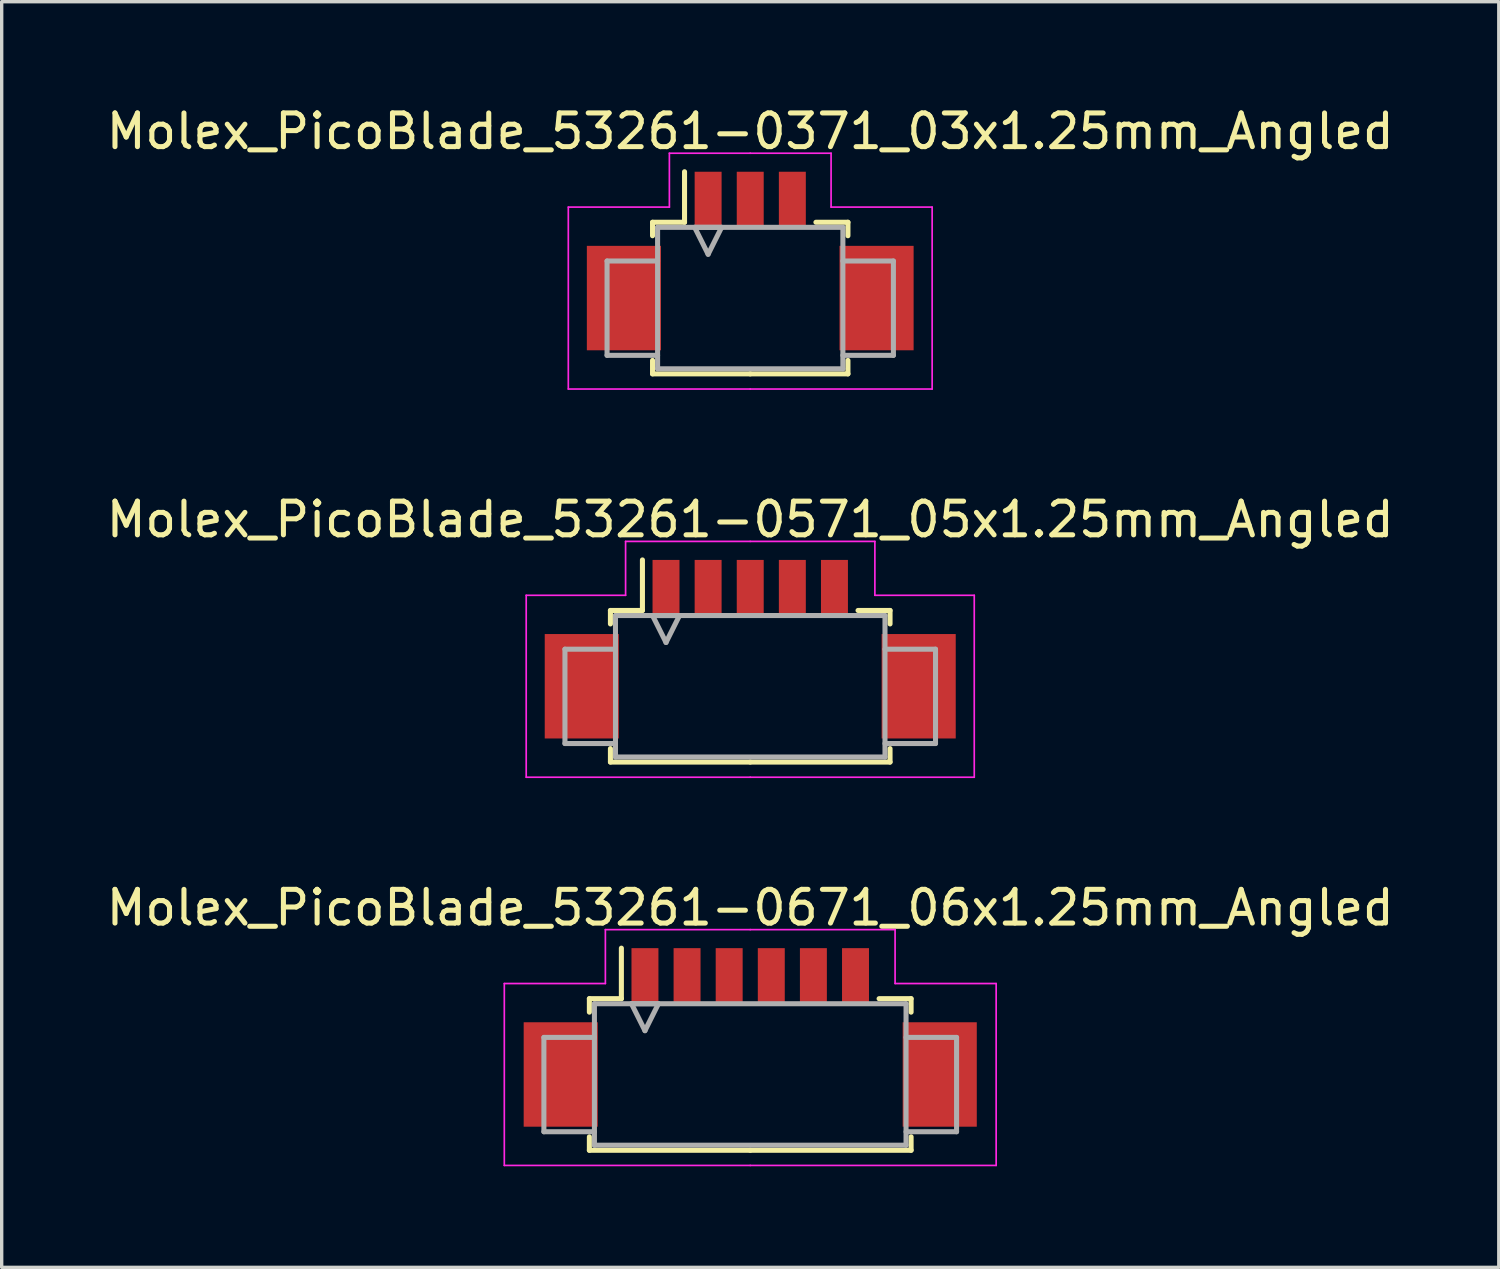
<source format=kicad_pcb>
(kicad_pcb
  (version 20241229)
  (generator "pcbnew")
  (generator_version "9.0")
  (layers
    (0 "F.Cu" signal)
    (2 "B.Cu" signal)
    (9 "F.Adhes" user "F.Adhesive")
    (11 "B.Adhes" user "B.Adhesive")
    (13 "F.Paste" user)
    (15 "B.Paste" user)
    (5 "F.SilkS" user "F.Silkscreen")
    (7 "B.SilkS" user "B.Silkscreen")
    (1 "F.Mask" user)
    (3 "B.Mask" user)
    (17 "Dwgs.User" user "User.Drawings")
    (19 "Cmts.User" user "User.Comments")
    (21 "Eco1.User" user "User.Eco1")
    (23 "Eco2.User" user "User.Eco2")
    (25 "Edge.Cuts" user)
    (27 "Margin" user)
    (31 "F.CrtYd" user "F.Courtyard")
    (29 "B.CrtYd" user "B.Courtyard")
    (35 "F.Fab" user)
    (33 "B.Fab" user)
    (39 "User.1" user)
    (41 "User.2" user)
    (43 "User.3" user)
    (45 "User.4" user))
  (footprint "Molex_PicoBlade_53261-0671_06x1.25mm_Angled"
    (layer "F.Cu")
    (at 19.22 27.395)
    (property "Reference" "Molex_PicoBlade_53261-0671_06x1.25mm_Angled" (at 0 -3.5 0) (layer "F.SilkS") (effects (font (size 1 1) (thickness 0.15))))
    (attr smd)
    (fp_line (start -4.775 -0.8) (end -4.775 -0.4) (stroke (width 0.15) (type solid)) (layer "F.SilkS"))
    (fp_line (start -4.775 3.3) (end -4.775 3.7) (stroke (width 0.15) (type solid)) (layer "F.SilkS"))
    (fp_line (start -4.775 3.7) (end 0 3.7) (stroke (width 0.15) (type solid)) (layer "F.SilkS"))
    (fp_line (start -3.825 -0.8) (end -4.775 -0.8) (stroke (width 0.15) (type solid)) (layer "F.SilkS"))
    (fp_line (start -3.825 -0.8) (end -3.825 -2.3) (stroke (width 0.15) (type solid)) (layer "F.SilkS"))
    (fp_line (start 3.825 -0.8) (end 4.775 -0.8) (stroke (width 0.15) (type solid)) (layer "F.SilkS"))
    (fp_line (start 4.775 -0.8) (end 4.775 -0.4) (stroke (width 0.15) (type solid)) (layer "F.SilkS"))
    (fp_line (start 4.775 3.3) (end 4.775 3.7) (stroke (width 0.15) (type solid)) (layer "F.SilkS"))
    (fp_line (start 4.775 3.7) (end 0 3.7) (stroke (width 0.15) (type solid)) (layer "F.SilkS"))
    (fp_line (start -7.3 -1.25) (end -7.3 4.15) (stroke (width 0.05) (type solid)) (layer "F.CrtYd"))
    (fp_line (start -7.3 4.15) (end 0 4.15) (stroke (width 0.05) (type solid)) (layer "F.CrtYd"))
    (fp_line (start -4.3 -2.85) (end -4.3 -1.25) (stroke (width 0.05) (type solid)) (layer "F.CrtYd"))
    (fp_line (start -4.3 -1.25) (end -7.3 -1.25) (stroke (width 0.05) (type solid)) (layer "F.CrtYd"))
    (fp_line (start 0 -2.85) (end -4.3 -2.85) (stroke (width 0.05) (type solid)) (layer "F.CrtYd"))
    (fp_line (start 0 -2.85) (end 4.3 -2.85) (stroke (width 0.05) (type solid)) (layer "F.CrtYd"))
    (fp_line (start 4.3 -2.85) (end 4.3 -1.25) (stroke (width 0.05) (type solid)) (layer "F.CrtYd"))
    (fp_line (start 4.3 -1.25) (end 7.3 -1.25) (stroke (width 0.05) (type solid)) (layer "F.CrtYd"))
    (fp_line (start 7.3 -1.25) (end 7.3 4.15) (stroke (width 0.05) (type solid)) (layer "F.CrtYd"))
    (fp_line (start 7.3 4.15) (end 0 4.15) (stroke (width 0.05) (type solid)) (layer "F.CrtYd"))
    (fp_line (start -6.125 0.35) (end -6.125 3.15) (stroke (width 0.15) (type solid)) (layer "F.Fab"))
    (fp_line (start -6.125 3.15) (end -4.625 3.15) (stroke (width 0.15) (type solid)) (layer "F.Fab"))
    (fp_line (start -4.625 -0.65) (end 4.625 -0.65) (stroke (width 0.15) (type solid)) (layer "F.Fab"))
    (fp_line (start -4.625 0.35) (end -6.125 0.35) (stroke (width 0.15) (type solid)) (layer "F.Fab"))
    (fp_line (start -4.625 3.55) (end -4.625 -0.65) (stroke (width 0.15) (type solid)) (layer "F.Fab"))
    (fp_line (start -3.525 -0.65) (end -3.125 0.15) (stroke (width 0.15) (type solid)) (layer "F.Fab"))
    (fp_line (start -3.125 0.15) (end -2.725 -0.65) (stroke (width 0.15) (type solid)) (layer "F.Fab"))
    (fp_line (start -2.725 -0.65) (end -3.525 -0.65) (stroke (width 0.15) (type solid)) (layer "F.Fab"))
    (fp_line (start 4.625 -0.65) (end 4.625 3.55) (stroke (width 0.15) (type solid)) (layer "F.Fab"))
    (fp_line (start 4.625 0.35) (end 6.125 0.35) (stroke (width 0.15) (type solid)) (layer "F.Fab"))
    (fp_line (start 4.625 3.55) (end -4.625 3.55) (stroke (width 0.15) (type solid)) (layer "F.Fab"))
    (fp_line (start 6.125 0.35) (end 6.125 3.15) (stroke (width 0.15) (type solid)) (layer "F.Fab"))
    (fp_line (start 6.125 3.15) (end 4.625 3.15) (stroke (width 0.15) (type solid)) (layer "F.Fab"))
    (pad "" smd rect (at -5.625 1.45) (size 2.2 3.1) (layers "F.Cu" "F.Mask" "F.Paste"))
    (pad "" smd rect (at 5.625 1.45) (size 2.2 3.1) (layers "F.Cu" "F.Mask" "F.Paste"))
    (pad "1" smd rect (at -3.125 -1.45) (size 0.8 1.7) (layers "F.Cu" "F.Mask" "F.Paste"))
    (pad "2" smd rect (at -1.875 -1.45) (size 0.8 1.7) (layers "F.Cu" "F.Mask" "F.Paste"))
    (pad "3" smd rect (at -0.625 -1.45) (size 0.8 1.7) (layers "F.Cu" "F.Mask" "F.Paste"))
    (pad "4" smd rect (at 0.625 -1.45) (size 0.8 1.7) (layers "F.Cu" "F.Mask" "F.Paste"))
    (pad "5" smd rect (at 1.875 -1.45) (size 0.8 1.7) (layers "F.Cu" "F.Mask" "F.Paste"))
    (pad "6" smd rect (at 3.125 -1.45) (size 0.8 1.7) (layers "F.Cu" "F.Mask" "F.Paste")))
  (footprint "Molex_PicoBlade_53261-0571_05x1.25mm_Angled"
    (layer "F.Cu")
    (at 19.22 15.871)
    (property "Reference" "Molex_PicoBlade_53261-0571_05x1.25mm_Angled" (at 0 -3.5 0) (layer "F.SilkS") (effects (font (size 1 1) (thickness 0.15))))
    (attr smd)
    (fp_line (start -4.15 -0.8) (end -4.15 -0.4) (stroke (width 0.15) (type solid)) (layer "F.SilkS"))
    (fp_line (start -4.15 3.3) (end -4.15 3.7) (stroke (width 0.15) (type solid)) (layer "F.SilkS"))
    (fp_line (start -4.15 3.7) (end 0 3.7) (stroke (width 0.15) (type solid)) (layer "F.SilkS"))
    (fp_line (start -3.2 -0.8) (end -4.15 -0.8) (stroke (width 0.15) (type solid)) (layer "F.SilkS"))
    (fp_line (start -3.2 -0.8) (end -3.2 -2.3) (stroke (width 0.15) (type solid)) (layer "F.SilkS"))
    (fp_line (start 3.2 -0.8) (end 4.15 -0.8) (stroke (width 0.15) (type solid)) (layer "F.SilkS"))
    (fp_line (start 4.15 -0.8) (end 4.15 -0.4) (stroke (width 0.15) (type solid)) (layer "F.SilkS"))
    (fp_line (start 4.15 3.3) (end 4.15 3.7) (stroke (width 0.15) (type solid)) (layer "F.SilkS"))
    (fp_line (start 4.15 3.7) (end 0 3.7) (stroke (width 0.15) (type solid)) (layer "F.SilkS"))
    (fp_line (start -6.65 -1.25) (end -6.65 4.15) (stroke (width 0.05) (type solid)) (layer "F.CrtYd"))
    (fp_line (start -6.65 4.15) (end 0 4.15) (stroke (width 0.05) (type solid)) (layer "F.CrtYd"))
    (fp_line (start -3.7 -2.85) (end -3.7 -1.25) (stroke (width 0.05) (type solid)) (layer "F.CrtYd"))
    (fp_line (start -3.7 -1.25) (end -6.65 -1.25) (stroke (width 0.05) (type solid)) (layer "F.CrtYd"))
    (fp_line (start 0 -2.85) (end -3.7 -2.85) (stroke (width 0.05) (type solid)) (layer "F.CrtYd"))
    (fp_line (start 0 -2.85) (end 3.7 -2.85) (stroke (width 0.05) (type solid)) (layer "F.CrtYd"))
    (fp_line (start 3.7 -2.85) (end 3.7 -1.25) (stroke (width 0.05) (type solid)) (layer "F.CrtYd"))
    (fp_line (start 3.7 -1.25) (end 6.65 -1.25) (stroke (width 0.05) (type solid)) (layer "F.CrtYd"))
    (fp_line (start 6.65 -1.25) (end 6.65 4.15) (stroke (width 0.05) (type solid)) (layer "F.CrtYd"))
    (fp_line (start 6.65 4.15) (end 0 4.15) (stroke (width 0.05) (type solid)) (layer "F.CrtYd"))
    (fp_line (start -5.5 0.35) (end -5.5 3.15) (stroke (width 0.15) (type solid)) (layer "F.Fab"))
    (fp_line (start -5.5 3.15) (end -4 3.15) (stroke (width 0.15) (type solid)) (layer "F.Fab"))
    (fp_line (start -4 -0.65) (end 4 -0.65) (stroke (width 0.15) (type solid)) (layer "F.Fab"))
    (fp_line (start -4 0.35) (end -5.5 0.35) (stroke (width 0.15) (type solid)) (layer "F.Fab"))
    (fp_line (start -4 3.55) (end -4 -0.65) (stroke (width 0.15) (type solid)) (layer "F.Fab"))
    (fp_line (start -2.9 -0.65) (end -2.5 0.15) (stroke (width 0.15) (type solid)) (layer "F.Fab"))
    (fp_line (start -2.5 0.15) (end -2.1 -0.65) (stroke (width 0.15) (type solid)) (layer "F.Fab"))
    (fp_line (start -2.1 -0.65) (end -2.9 -0.65) (stroke (width 0.15) (type solid)) (layer "F.Fab"))
    (fp_line (start 4 -0.65) (end 4 3.55) (stroke (width 0.15) (type solid)) (layer "F.Fab"))
    (fp_line (start 4 0.35) (end 5.5 0.35) (stroke (width 0.15) (type solid)) (layer "F.Fab"))
    (fp_line (start 4 3.55) (end -4 3.55) (stroke (width 0.15) (type solid)) (layer "F.Fab"))
    (fp_line (start 5.5 0.35) (end 5.5 3.15) (stroke (width 0.15) (type solid)) (layer "F.Fab"))
    (fp_line (start 5.5 3.15) (end 4 3.15) (stroke (width 0.15) (type solid)) (layer "F.Fab"))
    (pad "" smd rect (at -5 1.45) (size 2.2 3.1) (layers "F.Cu" "F.Mask" "F.Paste"))
    (pad "" smd rect (at 5 1.45) (size 2.2 3.1) (layers "F.Cu" "F.Mask" "F.Paste"))
    (pad "1" smd rect (at -2.5 -1.45) (size 0.8 1.7) (layers "F.Cu" "F.Mask" "F.Paste"))
    (pad "2" smd rect (at -1.25 -1.45) (size 0.8 1.7) (layers "F.Cu" "F.Mask" "F.Paste"))
    (pad "3" smd rect (at 0 -1.45) (size 0.8 1.7) (layers "F.Cu" "F.Mask" "F.Paste"))
    (pad "4" smd rect (at 1.25 -1.45) (size 0.8 1.7) (layers "F.Cu" "F.Mask" "F.Paste"))
    (pad "5" smd rect (at 2.5 -1.45) (size 0.8 1.7) (layers "F.Cu" "F.Mask" "F.Paste")))
  (footprint "Molex_PicoBlade_53261-0371_03x1.25mm_Angled"
    (layer "F.Cu")
    (at 19.22 4.348)
    (property "Reference" "Molex_PicoBlade_53261-0371_03x1.25mm_Angled" (at 0 -3.5 0) (layer "F.SilkS") (effects (font (size 1 1) (thickness 0.15))))
    (attr smd)
    (fp_line (start -2.9 -0.8) (end -2.9 -0.4) (stroke (width 0.15) (type solid)) (layer "F.SilkS"))
    (fp_line (start -2.9 3.3) (end -2.9 3.7) (stroke (width 0.15) (type solid)) (layer "F.SilkS"))
    (fp_line (start -2.9 3.7) (end 0 3.7) (stroke (width 0.15) (type solid)) (layer "F.SilkS"))
    (fp_line (start -1.95 -0.8) (end -2.9 -0.8) (stroke (width 0.15) (type solid)) (layer "F.SilkS"))
    (fp_line (start -1.95 -0.8) (end -1.95 -2.3) (stroke (width 0.15) (type solid)) (layer "F.SilkS"))
    (fp_line (start 1.95 -0.8) (end 2.9 -0.8) (stroke (width 0.15) (type solid)) (layer "F.SilkS"))
    (fp_line (start 2.9 -0.8) (end 2.9 -0.4) (stroke (width 0.15) (type solid)) (layer "F.SilkS"))
    (fp_line (start 2.9 3.3) (end 2.9 3.7) (stroke (width 0.15) (type solid)) (layer "F.SilkS"))
    (fp_line (start 2.9 3.7) (end 0 3.7) (stroke (width 0.15) (type solid)) (layer "F.SilkS"))
    (fp_line (start -5.4 -1.25) (end -5.4 4.15) (stroke (width 0.05) (type solid)) (layer "F.CrtYd"))
    (fp_line (start -5.4 4.15) (end 0 4.15) (stroke (width 0.05) (type solid)) (layer "F.CrtYd"))
    (fp_line (start -2.4 -2.85) (end -2.4 -1.25) (stroke (width 0.05) (type solid)) (layer "F.CrtYd"))
    (fp_line (start -2.4 -1.25) (end -5.4 -1.25) (stroke (width 0.05) (type solid)) (layer "F.CrtYd"))
    (fp_line (start 0 -2.85) (end -2.4 -2.85) (stroke (width 0.05) (type solid)) (layer "F.CrtYd"))
    (fp_line (start 0 -2.85) (end 2.4 -2.85) (stroke (width 0.05) (type solid)) (layer "F.CrtYd"))
    (fp_line (start 2.4 -2.85) (end 2.4 -1.25) (stroke (width 0.05) (type solid)) (layer "F.CrtYd"))
    (fp_line (start 2.4 -1.25) (end 5.4 -1.25) (stroke (width 0.05) (type solid)) (layer "F.CrtYd"))
    (fp_line (start 5.4 -1.25) (end 5.4 4.15) (stroke (width 0.05) (type solid)) (layer "F.CrtYd"))
    (fp_line (start 5.4 4.15) (end 0 4.15) (stroke (width 0.05) (type solid)) (layer "F.CrtYd"))
    (fp_line (start -4.25 0.35) (end -4.25 3.15) (stroke (width 0.15) (type solid)) (layer "F.Fab"))
    (fp_line (start -4.25 3.15) (end -2.75 3.15) (stroke (width 0.15) (type solid)) (layer "F.Fab"))
    (fp_line (start -2.75 -0.65) (end 2.75 -0.65) (stroke (width 0.15) (type solid)) (layer "F.Fab"))
    (fp_line (start -2.75 0.35) (end -4.25 0.35) (stroke (width 0.15) (type solid)) (layer "F.Fab"))
    (fp_line (start -2.75 3.55) (end -2.75 -0.65) (stroke (width 0.15) (type solid)) (layer "F.Fab"))
    (fp_line (start -1.65 -0.65) (end -1.25 0.15) (stroke (width 0.15) (type solid)) (layer "F.Fab"))
    (fp_line (start -1.25 0.15) (end -0.85 -0.65) (stroke (width 0.15) (type solid)) (layer "F.Fab"))
    (fp_line (start -0.85 -0.65) (end -1.65 -0.65) (stroke (width 0.15) (type solid)) (layer "F.Fab"))
    (fp_line (start 2.75 -0.65) (end 2.75 3.55) (stroke (width 0.15) (type solid)) (layer "F.Fab"))
    (fp_line (start 2.75 0.35) (end 4.25 0.35) (stroke (width 0.15) (type solid)) (layer "F.Fab"))
    (fp_line (start 2.75 3.55) (end -2.75 3.55) (stroke (width 0.15) (type solid)) (layer "F.Fab"))
    (fp_line (start 4.25 0.35) (end 4.25 3.15) (stroke (width 0.15) (type solid)) (layer "F.Fab"))
    (fp_line (start 4.25 3.15) (end 2.75 3.15) (stroke (width 0.15) (type solid)) (layer "F.Fab"))
    (pad "" smd rect (at -3.75 1.45) (size 2.2 3.1) (layers "F.Cu" "F.Mask" "F.Paste"))
    (pad "" smd rect (at 3.75 1.45) (size 2.2 3.1) (layers "F.Cu" "F.Mask" "F.Paste"))
    (pad "1" smd rect (at -1.25 -1.45) (size 0.8 1.7) (layers "F.Cu" "F.Mask" "F.Paste"))
    (pad "2" smd rect (at 0 -1.45) (size 0.8 1.7) (layers "F.Cu" "F.Mask" "F.Paste"))
    (pad "3" smd rect (at 1.25 -1.45) (size 0.8 1.7) (layers "F.Cu" "F.Mask" "F.Paste")))
  (gr_rect
    (start -3 -3)
    (end 41.44 34.57)
    (stroke (width 0.1) (type default))
    (fill no)
    (layer "Edge.Cuts")))
</source>
